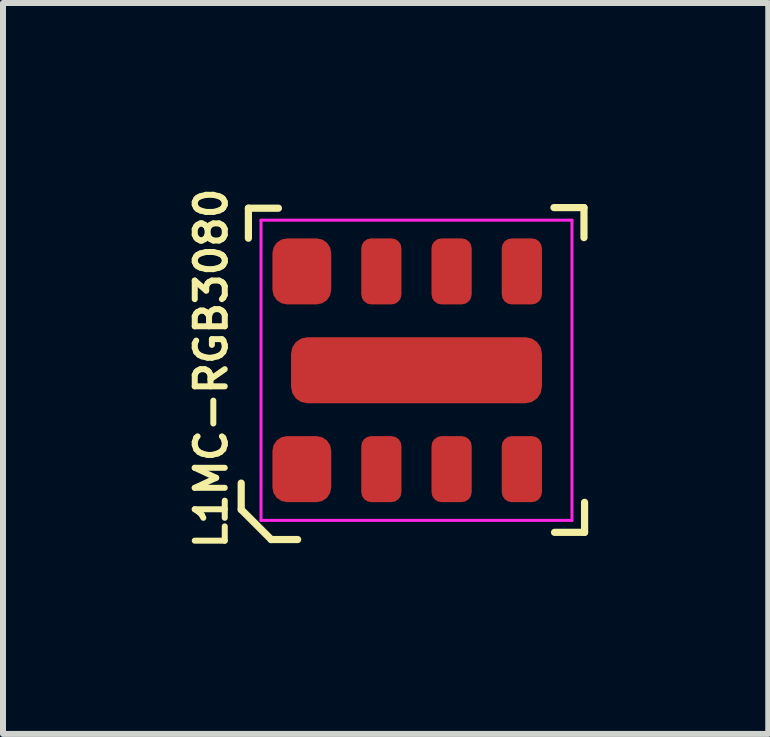
<source format=kicad_pcb>
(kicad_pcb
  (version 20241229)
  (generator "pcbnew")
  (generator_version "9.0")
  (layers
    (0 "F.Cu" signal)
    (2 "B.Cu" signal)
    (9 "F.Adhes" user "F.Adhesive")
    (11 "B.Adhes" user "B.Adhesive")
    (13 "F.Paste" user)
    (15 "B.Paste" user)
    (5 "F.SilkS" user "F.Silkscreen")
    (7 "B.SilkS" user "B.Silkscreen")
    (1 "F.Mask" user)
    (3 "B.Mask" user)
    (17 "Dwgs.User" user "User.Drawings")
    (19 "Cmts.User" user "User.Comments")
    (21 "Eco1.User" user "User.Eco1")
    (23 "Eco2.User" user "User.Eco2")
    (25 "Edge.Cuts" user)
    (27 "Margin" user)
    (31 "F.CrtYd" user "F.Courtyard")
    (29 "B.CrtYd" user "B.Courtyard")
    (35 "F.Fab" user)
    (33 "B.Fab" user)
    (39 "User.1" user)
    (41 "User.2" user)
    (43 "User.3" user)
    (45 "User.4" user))
  (footprint "L1MC-RGB3080"
    (layer "F.Cu")
    (at 3.888 3.118)
    (property "Reference" "L1MC-RGB3080" (at -3.42 -0.03 90) (layer "F.SilkS") (effects (font (size 0.5 0.5) (thickness 0.1))))
    (attr smd)
    (fp_line (start -2.92 2.32) (end -2.92 1.88) (stroke (width 0.12) (type solid)) (layer "F.SilkS"))
    (fp_line (start -2.92 2.32) (end -2.42 2.82) (stroke (width 0.12) (type solid)) (layer "F.SilkS"))
    (fp_line (start -2.8 -2.7) (end -2.8 -2.2) (stroke (width 0.12) (type solid)) (layer "F.SilkS"))
    (fp_line (start -2.8 -2.7) (end -2.3 -2.7) (stroke (width 0.12) (type solid)) (layer "F.SilkS"))
    (fp_line (start -2.42 2.82) (end -1.98 2.82) (stroke (width 0.12) (type solid)) (layer "F.SilkS"))
    (fp_line (start 2.79 -2.71) (end 2.29 -2.71) (stroke (width 0.12) (type solid)) (layer "F.SilkS"))
    (fp_line (start 2.79 -2.71) (end 2.79 -2.21) (stroke (width 0.12) (type solid)) (layer "F.SilkS"))
    (fp_line (start 2.8 2.7) (end 2.3 2.7) (stroke (width 0.12) (type solid)) (layer "F.SilkS"))
    (fp_line (start 2.8 2.7) (end 2.8 2.2) (stroke (width 0.12) (type solid)) (layer "F.SilkS"))
    (fp_line (start -2.59 -2.5) (end 2.59 -2.5) (stroke (width 0.05) (type solid)) (layer "F.CrtYd"))
    (fp_line (start -2.59 2.5) (end -2.59 -2.5) (stroke (width 0.05) (type solid)) (layer "F.CrtYd"))
    (fp_line (start 2.59 -2.5) (end 2.59 2.5) (stroke (width 0.05) (type solid)) (layer "F.CrtYd"))
    (fp_line (start 2.59 2.5) (end -2.59 2.5) (stroke (width 0.05) (type solid)) (layer "F.CrtYd"))
    (pad "1" smd roundrect (at 1.755 -1.647) (size 0.67 1.1) (layers "F.Cu" "F.Mask" "F.Paste") (roundrect_rratio 0.25))
    (pad "2" smd roundrect (at 1.755 1.647) (size 0.67 1.1) (layers "F.Cu" "F.Mask" "F.Paste") (roundrect_rratio 0.25))
    (pad "3" smd roundrect (at 0.585 -1.647) (size 0.67 1.1) (layers "F.Cu" "F.Mask" "F.Paste") (roundrect_rratio 0.25))
    (pad "4" smd roundrect (at 0.585 1.647) (size 0.67 1.1) (layers "F.Cu" "F.Mask" "F.Paste") (roundrect_rratio 0.25))
    (pad "5" smd roundrect (at -0.585 -1.647) (size 0.67 1.1) (layers "F.Cu" "F.Mask" "F.Paste") (roundrect_rratio 0.25))
    (pad "6" smd roundrect (at -0.585 1.647) (size 0.67 1.1) (layers "F.Cu" "F.Mask" "F.Paste") (roundrect_rratio 0.25))
    (pad "7" smd roundrect (at -1.91 -1.647) (size 0.98 1.1) (layers "F.Cu" "F.Mask" "F.Paste") (roundrect_rratio 0.25))
    (pad "8" smd roundrect (at -1.91 1.647) (size 0.98 1.1) (layers "F.Cu" "F.Mask" "F.Paste") (roundrect_rratio 0.25))
    (pad "9" smd roundrect (at 0 0) (size 4.18 1.1) (layers "F.Cu" "F.Mask" "F.Paste") (roundrect_rratio 0.25)))
  (gr_rect
    (start -3 -3)
    (end 9.748 9.176)
    (stroke (width 0.1) (type default))
    (fill no)
    (layer "Edge.Cuts")))
</source>
